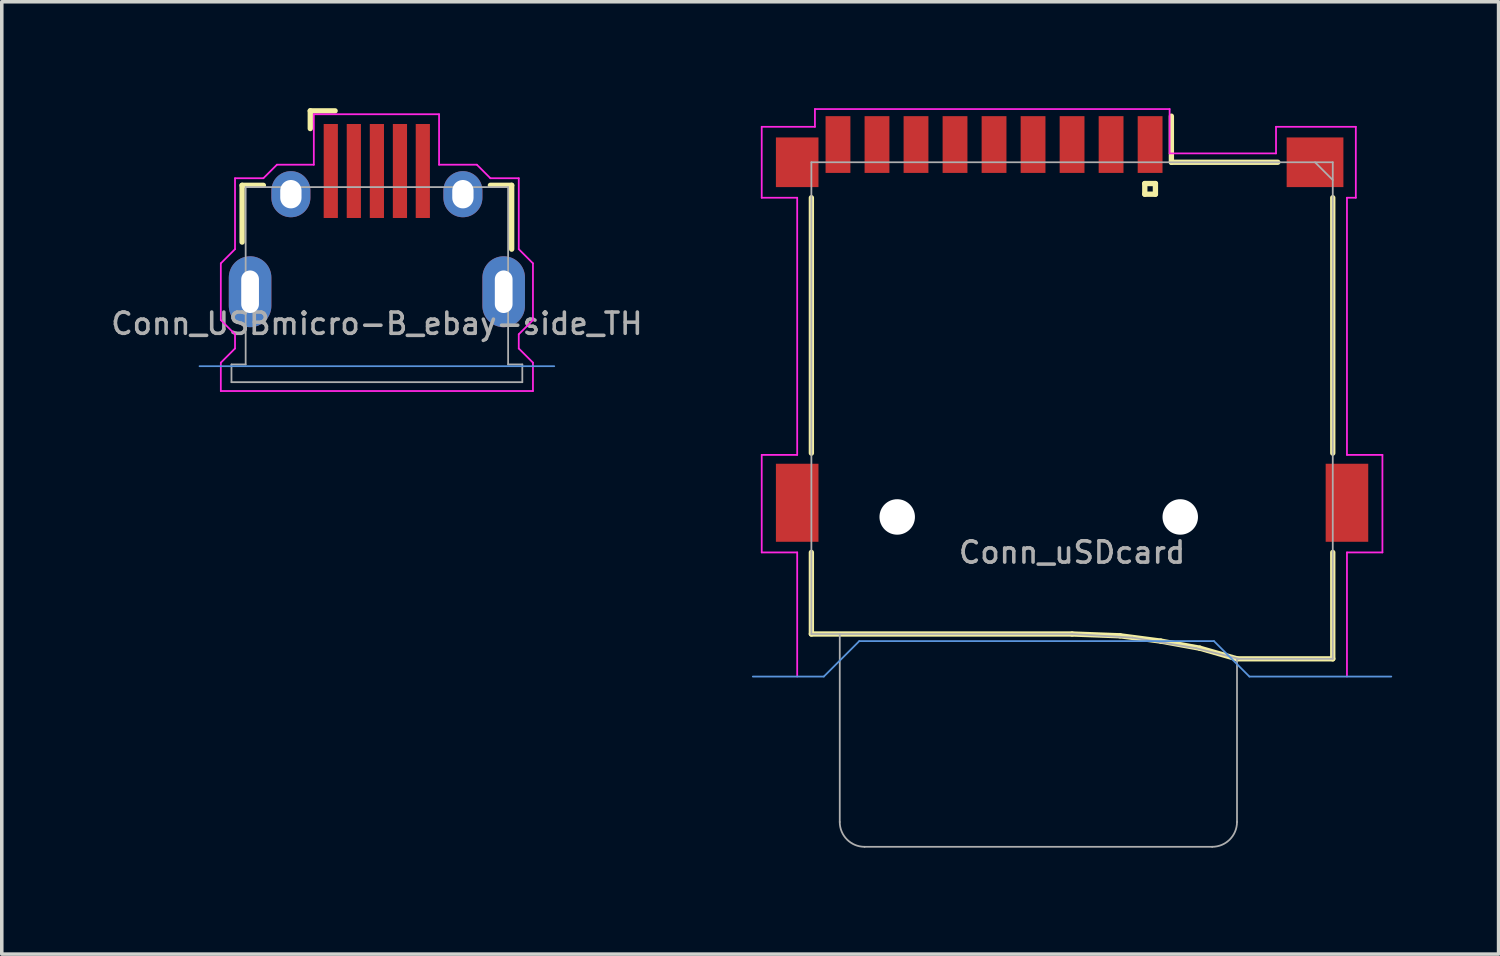
<source format=kicad_pcb>
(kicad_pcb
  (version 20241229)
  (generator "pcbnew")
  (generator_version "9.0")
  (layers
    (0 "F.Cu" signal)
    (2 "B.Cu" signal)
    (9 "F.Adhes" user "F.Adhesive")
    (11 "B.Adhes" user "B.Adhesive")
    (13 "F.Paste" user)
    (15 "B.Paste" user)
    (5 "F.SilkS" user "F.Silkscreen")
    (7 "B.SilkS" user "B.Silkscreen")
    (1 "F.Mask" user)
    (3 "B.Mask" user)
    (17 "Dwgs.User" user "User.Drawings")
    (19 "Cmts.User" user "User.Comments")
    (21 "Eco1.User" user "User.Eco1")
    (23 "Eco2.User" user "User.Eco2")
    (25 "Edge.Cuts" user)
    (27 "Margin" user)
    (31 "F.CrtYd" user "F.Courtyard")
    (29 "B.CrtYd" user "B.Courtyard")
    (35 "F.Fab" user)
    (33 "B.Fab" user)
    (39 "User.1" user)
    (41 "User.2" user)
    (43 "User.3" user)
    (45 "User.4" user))
  (footprint "Conn_uSDcard"
    (layer "F.Cu")
    (at 27.176 11.525)
    (property "Reference" "Conn_uSDcard" (at 0 1 180) (layer "F.Fab") (effects (font (size 0.6 0.6) (thickness 0.1))))
    (attr through_hole)
    (fp_line (start -7.35 -1.8) (end -7.35 -9) (stroke (width 0.15) (type solid)) (layer "F.SilkS"))
    (fp_line (start -7.35 1) (end -7.35 3.3) (stroke (width 0.15) (type solid)) (layer "F.SilkS"))
    (fp_line (start -7.35 3.3) (end 0 3.3) (stroke (width 0.15) (type solid)) (layer "F.SilkS"))
    (fp_line (start 0 3.3) (end 1.35 3.35) (stroke (width 0.15) (type solid)) (layer "F.SilkS"))
    (fp_line (start 1.35 3.35) (end 2.5 3.5) (stroke (width 0.15) (type solid)) (layer "F.SilkS"))
    (fp_line (start 2.05 -9.4) (end 2.05 -9.1) (stroke (width 0.15) (type solid)) (layer "F.SilkS"))
    (fp_line (start 2.05 -9.1) (end 2.35 -9.1) (stroke (width 0.15) (type solid)) (layer "F.SilkS"))
    (fp_line (start 2.35 -9.4) (end 2.05 -9.4) (stroke (width 0.15) (type solid)) (layer "F.SilkS"))
    (fp_line (start 2.35 -9.1) (end 2.35 -9.4) (stroke (width 0.15) (type solid)) (layer "F.SilkS"))
    (fp_line (start 2.5 3.5) (end 3.6 3.7) (stroke (width 0.15) (type solid)) (layer "F.SilkS"))
    (fp_line (start 2.8 -10) (end 2.8 -11.3) (stroke (width 0.15) (type solid)) (layer "F.SilkS"))
    (fp_line (start 2.8 -10) (end 5.8 -10) (stroke (width 0.15) (type solid)) (layer "F.SilkS"))
    (fp_line (start 3.6 3.7) (end 4.65 4) (stroke (width 0.15) (type solid)) (layer "F.SilkS"))
    (fp_line (start 4.65 4) (end 7.35 4) (stroke (width 0.15) (type solid)) (layer "F.SilkS"))
    (fp_line (start 7.35 -9) (end 7.35 -1.8) (stroke (width 0.15) (type solid)) (layer "F.SilkS"))
    (fp_line (start 7.35 4) (end 7.35 1) (stroke (width 0.15) (type solid)) (layer "F.SilkS"))
    (fp_line (start -9 4.5) (end -7 4.5) (stroke (width 0.05) (type solid)) (layer "Cmts.User"))
    (fp_line (start -7 4.5) (end -6 3.5) (stroke (width 0.05) (type solid)) (layer "Cmts.User"))
    (fp_line (start -6 3.5) (end 4 3.5) (stroke (width 0.05) (type solid)) (layer "Cmts.User"))
    (fp_line (start 4 3.5) (end 5 4.5) (stroke (width 0.05) (type solid)) (layer "Cmts.User"))
    (fp_line (start 5 4.5) (end 9 4.5) (stroke (width 0.05) (type solid)) (layer "Cmts.User"))
    (fp_line (start -8.75 -11) (end -7.25 -11) (stroke (width 0.05) (type solid)) (layer "F.CrtYd"))
    (fp_line (start -8.75 -9) (end -8.75 -11) (stroke (width 0.05) (type solid)) (layer "F.CrtYd"))
    (fp_line (start -8.75 -1.75) (end -7.75 -1.75) (stroke (width 0.05) (type solid)) (layer "F.CrtYd"))
    (fp_line (start -8.75 1) (end -8.75 -1.75) (stroke (width 0.05) (type solid)) (layer "F.CrtYd"))
    (fp_line (start -7.75 -9) (end -8.75 -9) (stroke (width 0.05) (type solid)) (layer "F.CrtYd"))
    (fp_line (start -7.75 -1.75) (end -7.75 -9) (stroke (width 0.05) (type solid)) (layer "F.CrtYd"))
    (fp_line (start -7.75 1) (end -8.75 1) (stroke (width 0.05) (type solid)) (layer "F.CrtYd"))
    (fp_line (start -7.75 4.5) (end -7.75 1) (stroke (width 0.05) (type solid)) (layer "F.CrtYd"))
    (fp_line (start -7.25 -11.5) (end 2.75 -11.5) (stroke (width 0.05) (type solid)) (layer "F.CrtYd"))
    (fp_line (start -7.25 -11) (end -7.25 -11.5) (stroke (width 0.05) (type solid)) (layer "F.CrtYd"))
    (fp_line (start 2.75 -11.5) (end 2.75 -10.25) (stroke (width 0.05) (type solid)) (layer "F.CrtYd"))
    (fp_line (start 2.75 -10.25) (end 5.75 -10.25) (stroke (width 0.05) (type solid)) (layer "F.CrtYd"))
    (fp_line (start 5.75 -11) (end 8 -11) (stroke (width 0.05) (type solid)) (layer "F.CrtYd"))
    (fp_line (start 5.75 -10.25) (end 5.75 -11) (stroke (width 0.05) (type solid)) (layer "F.CrtYd"))
    (fp_line (start 7.75 -9) (end 7.75 -1.75) (stroke (width 0.05) (type solid)) (layer "F.CrtYd"))
    (fp_line (start 7.75 -1.75) (end 8.75 -1.75) (stroke (width 0.05) (type solid)) (layer "F.CrtYd"))
    (fp_line (start 7.75 1) (end 7.75 4.5) (stroke (width 0.05) (type solid)) (layer "F.CrtYd"))
    (fp_line (start 8 -11) (end 8 -9) (stroke (width 0.05) (type solid)) (layer "F.CrtYd"))
    (fp_line (start 8 -9) (end 7.75 -9) (stroke (width 0.05) (type solid)) (layer "F.CrtYd"))
    (fp_line (start 8.75 -1.75) (end 8.75 1) (stroke (width 0.05) (type solid)) (layer "F.CrtYd"))
    (fp_line (start 8.75 1) (end 7.75 1) (stroke (width 0.05) (type solid)) (layer "F.CrtYd"))
    (fp_line (start -7.35 -10) (end -7.35 3.3) (stroke (width 0.05) (type solid)) (layer "F.Fab"))
    (fp_line (start -7.35 -10) (end 7.35 -10) (stroke (width 0.05) (type solid)) (layer "F.Fab"))
    (fp_line (start -7.35 3.3) (end 0 3.3) (stroke (width 0.05) (type solid)) (layer "F.Fab"))
    (fp_line (start -6.55 8.6) (end -6.55 3.3) (stroke (width 0.05) (type solid)) (layer "F.Fab"))
    (fp_line (start -5.85 9.3) (end 3.95 9.3) (stroke (width 0.05) (type solid)) (layer "F.Fab"))
    (fp_line (start 0 3.3) (end 1.7 3.4) (stroke (width 0.05) (type solid)) (layer "F.Fab"))
    (fp_line (start 1.7 3.4) (end 3.5 3.7) (stroke (width 0.05) (type solid)) (layer "F.Fab"))
    (fp_line (start 3.5 3.7) (end 4.7 4) (stroke (width 0.05) (type solid)) (layer "F.Fab"))
    (fp_line (start 4.65 4) (end 7.35 4) (stroke (width 0.05) (type solid)) (layer "F.Fab"))
    (fp_line (start 4.65 8.6) (end 4.65 4) (stroke (width 0.05) (type solid)) (layer "F.Fab"))
    (fp_line (start 7.35 -10) (end 7.35 4) (stroke (width 0.05) (type solid)) (layer "F.Fab"))
    (fp_line (start 7.35 -9.5) (end 6.85 -10) (stroke (width 0.05) (type solid)) (layer "F.Fab"))
    (fp_arc (start -5.85 9.3) (mid -6.344975 9.094975) (end -6.55 8.6) (stroke (width 0.05) (type solid)) (layer "F.Fab"))
    (fp_arc (start 4.65 8.6) (mid 4.444975 9.094975) (end 3.95 9.3) (stroke (width 0.05) (type solid)) (layer "F.Fab"))
    (fp_text user "${REFERENCE}" (at 2.1 -9.35 180) (layer "Eco1.User") (effects (font (size 0.3 0.3) (thickness 0.03))))
    (pad "" np_thru_hole circle (at -4.93 0) (size 1 1) (drill 1) (layers "*.Cu"))
    (pad "" np_thru_hole circle (at 3.05 0) (size 1 1) (drill 1) (layers "*.Cu"))
    (pad "1" smd rect (at 2.2 -10.5) (size 0.7 1.6) (layers "F.Cu" "F.Mask" "F.Paste"))
    (pad "2" smd rect (at 1.1 -10.5) (size 0.7 1.6) (layers "F.Cu" "F.Mask" "F.Paste"))
    (pad "3" smd rect (at 0 -10.5) (size 0.7 1.6) (layers "F.Cu" "F.Mask" "F.Paste"))
    (pad "4" smd rect (at -1.1 -10.5) (size 0.7 1.6) (layers "F.Cu" "F.Mask" "F.Paste"))
    (pad "5" smd rect (at -2.2 -10.5) (size 0.7 1.6) (layers "F.Cu" "F.Mask" "F.Paste"))
    (pad "6" smd rect (at -7.75 -10) (size 1.2 1.4) (layers "F.Cu" "F.Mask" "F.Paste"))
    (pad "6" smd rect (at -7.75 -0.4) (size 1.2 2.2) (layers "F.Cu" "F.Mask" "F.Paste"))
    (pad "6" smd rect (at -3.3 -10.5) (size 0.7 1.6) (layers "F.Cu" "F.Mask" "F.Paste"))
    (pad "6" smd rect (at 6.85 -10) (size 1.6 1.4) (layers "F.Cu" "F.Mask" "F.Paste"))
    (pad "6" smd rect (at 7.75 -0.4) (size 1.2 2.2) (layers "F.Cu" "F.Mask" "F.Paste"))
    (pad "7" smd rect (at -4.4 -10.5) (size 0.7 1.6) (layers "F.Cu" "F.Mask" "F.Paste"))
    (pad "8" smd rect (at -5.5 -10.5) (size 0.7 1.6) (layers "F.Cu" "F.Mask" "F.Paste"))
    (pad "9" smd rect (at -6.6 -10.5) (size 0.7 1.6) (layers "F.Cu" "F.Mask" "F.Paste")))
  (footprint "Conn_USBmicro-B_ebay-side_TH"
    (layer "F.Cu")
    (at 7.576 5.175)
    (property "Reference" "Conn_USBmicro-B_ebay-side_TH" (at 0 0.9 0) (layer "F.Fab") (effects (font (size 0.6 0.6) (thickness 0.1))))
    (attr through_hole)
    (fp_line (start -3.8 -3) (end -3.2 -3) (stroke (width 0.15) (type solid)) (layer "F.SilkS"))
    (fp_line (start -3.8 -1.4) (end -3.8 -3) (stroke (width 0.15) (type solid)) (layer "F.SilkS"))
    (fp_line (start -1.878 -5.1) (end -1.878 -4.6) (stroke (width 0.15) (type solid)) (layer "F.SilkS"))
    (fp_line (start -1.178 -5.1) (end -1.878 -5.1) (stroke (width 0.15) (type solid)) (layer "F.SilkS"))
    (fp_line (start 3.8 -3) (end 3.2 -3) (stroke (width 0.15) (type solid)) (layer "F.SilkS"))
    (fp_line (start 3.8 -1.2) (end 3.8 -3) (stroke (width 0.15) (type solid)) (layer "F.SilkS"))
    (fp_line (start 5 2.1) (end -5 2.1) (stroke (width 0.05) (type solid)) (layer "Cmts.User"))
    (fp_line (start -4.4 -0.8) (end -4.4 0.8) (stroke (width 0.05) (type solid)) (layer "F.CrtYd"))
    (fp_line (start -4.4 0.8) (end -4 1.2) (stroke (width 0.05) (type solid)) (layer "F.CrtYd"))
    (fp_line (start -4.4 2) (end -4.4 2.8) (stroke (width 0.05) (type solid)) (layer "F.CrtYd"))
    (fp_line (start -4.4 2.8) (end 4.4 2.8) (stroke (width 0.05) (type solid)) (layer "F.CrtYd"))
    (fp_line (start -4 -3.2) (end -4 -1.2) (stroke (width 0.05) (type solid)) (layer "F.CrtYd"))
    (fp_line (start -4 -1.2) (end -4.4 -0.8) (stroke (width 0.05) (type solid)) (layer "F.CrtYd"))
    (fp_line (start -4 1.2) (end -4 1.6) (stroke (width 0.05) (type solid)) (layer "F.CrtYd"))
    (fp_line (start -4 1.6) (end -4.4 2) (stroke (width 0.05) (type solid)) (layer "F.CrtYd"))
    (fp_line (start -3.2 -3.2) (end -4 -3.2) (stroke (width 0.05) (type solid)) (layer "F.CrtYd"))
    (fp_line (start -2.819 -3.581) (end -3.2 -3.2) (stroke (width 0.05) (type solid)) (layer "F.CrtYd"))
    (fp_line (start -1.778 -5.004) (end 1.753 -5.004) (stroke (width 0.05) (type solid)) (layer "F.CrtYd"))
    (fp_line (start -1.778 -3.581) (end -2.819 -3.581) (stroke (width 0.05) (type solid)) (layer "F.CrtYd"))
    (fp_line (start -1.778 -3.581) (end -1.778 -5.004) (stroke (width 0.05) (type solid)) (layer "F.CrtYd"))
    (fp_line (start 1.753 -5.004) (end 1.753 -3.581) (stroke (width 0.05) (type solid)) (layer "F.CrtYd"))
    (fp_line (start 1.753 -3.581) (end 2.819 -3.581) (stroke (width 0.05) (type solid)) (layer "F.CrtYd"))
    (fp_line (start 3.2 -3.2) (end 2.819 -3.581) (stroke (width 0.05) (type solid)) (layer "F.CrtYd"))
    (fp_line (start 4 -3.2) (end 3.2 -3.2) (stroke (width 0.05) (type solid)) (layer "F.CrtYd"))
    (fp_line (start 4 -1.2) (end 4 -3.2) (stroke (width 0.05) (type solid)) (layer "F.CrtYd"))
    (fp_line (start 4 1.2) (end 4.4 0.8) (stroke (width 0.05) (type solid)) (layer "F.CrtYd"))
    (fp_line (start 4 1.6) (end 4 1.2) (stroke (width 0.05) (type solid)) (layer "F.CrtYd"))
    (fp_line (start 4.4 -0.8) (end 4 -1.2) (stroke (width 0.05) (type solid)) (layer "F.CrtYd"))
    (fp_line (start 4.4 0.8) (end 4.4 -0.8) (stroke (width 0.05) (type solid)) (layer "F.CrtYd"))
    (fp_line (start 4.4 2) (end 4 1.6) (stroke (width 0.05) (type solid)) (layer "F.CrtYd"))
    (fp_line (start 4.4 2.8) (end 4.4 2) (stroke (width 0.05) (type solid)) (layer "F.CrtYd"))
    (fp_line (start -4.1 2.05) (end -3.7 2.05) (stroke (width 0.05) (type solid)) (layer "F.Fab"))
    (fp_line (start -4.1 2.55) (end -4.1 2.05) (stroke (width 0.05) (type solid)) (layer "F.Fab"))
    (fp_line (start -4.1 2.55) (end 4.1 2.55) (stroke (width 0.05) (type solid)) (layer "F.Fab"))
    (fp_line (start -3.7 -2.95) (end -3.7 2.05) (stroke (width 0.05) (type solid)) (layer "F.Fab"))
    (fp_line (start 3.7 -2.95) (end -3.7 -2.95) (stroke (width 0.05) (type solid)) (layer "F.Fab"))
    (fp_line (start 3.7 2.05) (end 3.7 -2.95) (stroke (width 0.05) (type solid)) (layer "F.Fab"))
    (fp_line (start 4.1 2.05) (end 3.7 2.05) (stroke (width 0.05) (type solid)) (layer "F.Fab"))
    (fp_line (start 4.1 2.55) (end 4.1 2.05) (stroke (width 0.05) (type solid)) (layer "F.Fab"))
    (fp_text user "${REFERENCE}" (at -1.5 -1.7 0) (layer "Eco1.User") (effects (font (size 0.3 0.3) (thickness 0.03))))
    (pad "1" smd rect (at -1.3 -3.404) (size 0.4 2.65) (layers "F.Cu" "F.Mask" "F.Paste"))
    (pad "2" smd rect (at -0.65 -3.404) (size 0.4 2.65) (layers "F.Cu" "F.Mask" "F.Paste"))
    (pad "3" smd rect (at 0 -3.404) (size 0.4 2.65) (layers "F.Cu" "F.Mask" "F.Paste"))
    (pad "4" smd rect (at 0.65 -3.404) (size 0.4 2.65) (layers "F.Cu" "F.Mask" "F.Paste"))
    (pad "5" smd rect (at 1.295 -3.404) (size 0.4 2.65) (layers "F.Cu" "F.Mask" "F.Paste"))
    (pad "6" thru_hole oval (at -3.575 0) (size 1.2 2) (drill oval 0.5 1.2) (layers "*.Cu" "*.Mask"))
    (pad "6" thru_hole oval (at -2.425 -2.75) (size 1.1 1.3) (drill oval 0.6 0.8) (layers "*.Cu" "*.Mask"))
    (pad "6" thru_hole oval (at 2.425 -2.75) (size 1.1 1.3) (drill oval 0.6 0.8) (layers "*.Cu" "*.Mask"))
    (pad "6" thru_hole oval (at 3.575 0) (size 1.2 2) (drill oval 0.5 1.2) (layers "*.Cu" "*.Mask")))
  (gr_rect
    (start -3 -3)
    (end 39.201 23.85)
    (stroke (width 0.1) (type default))
    (fill no)
    (layer "Edge.Cuts")))
</source>
